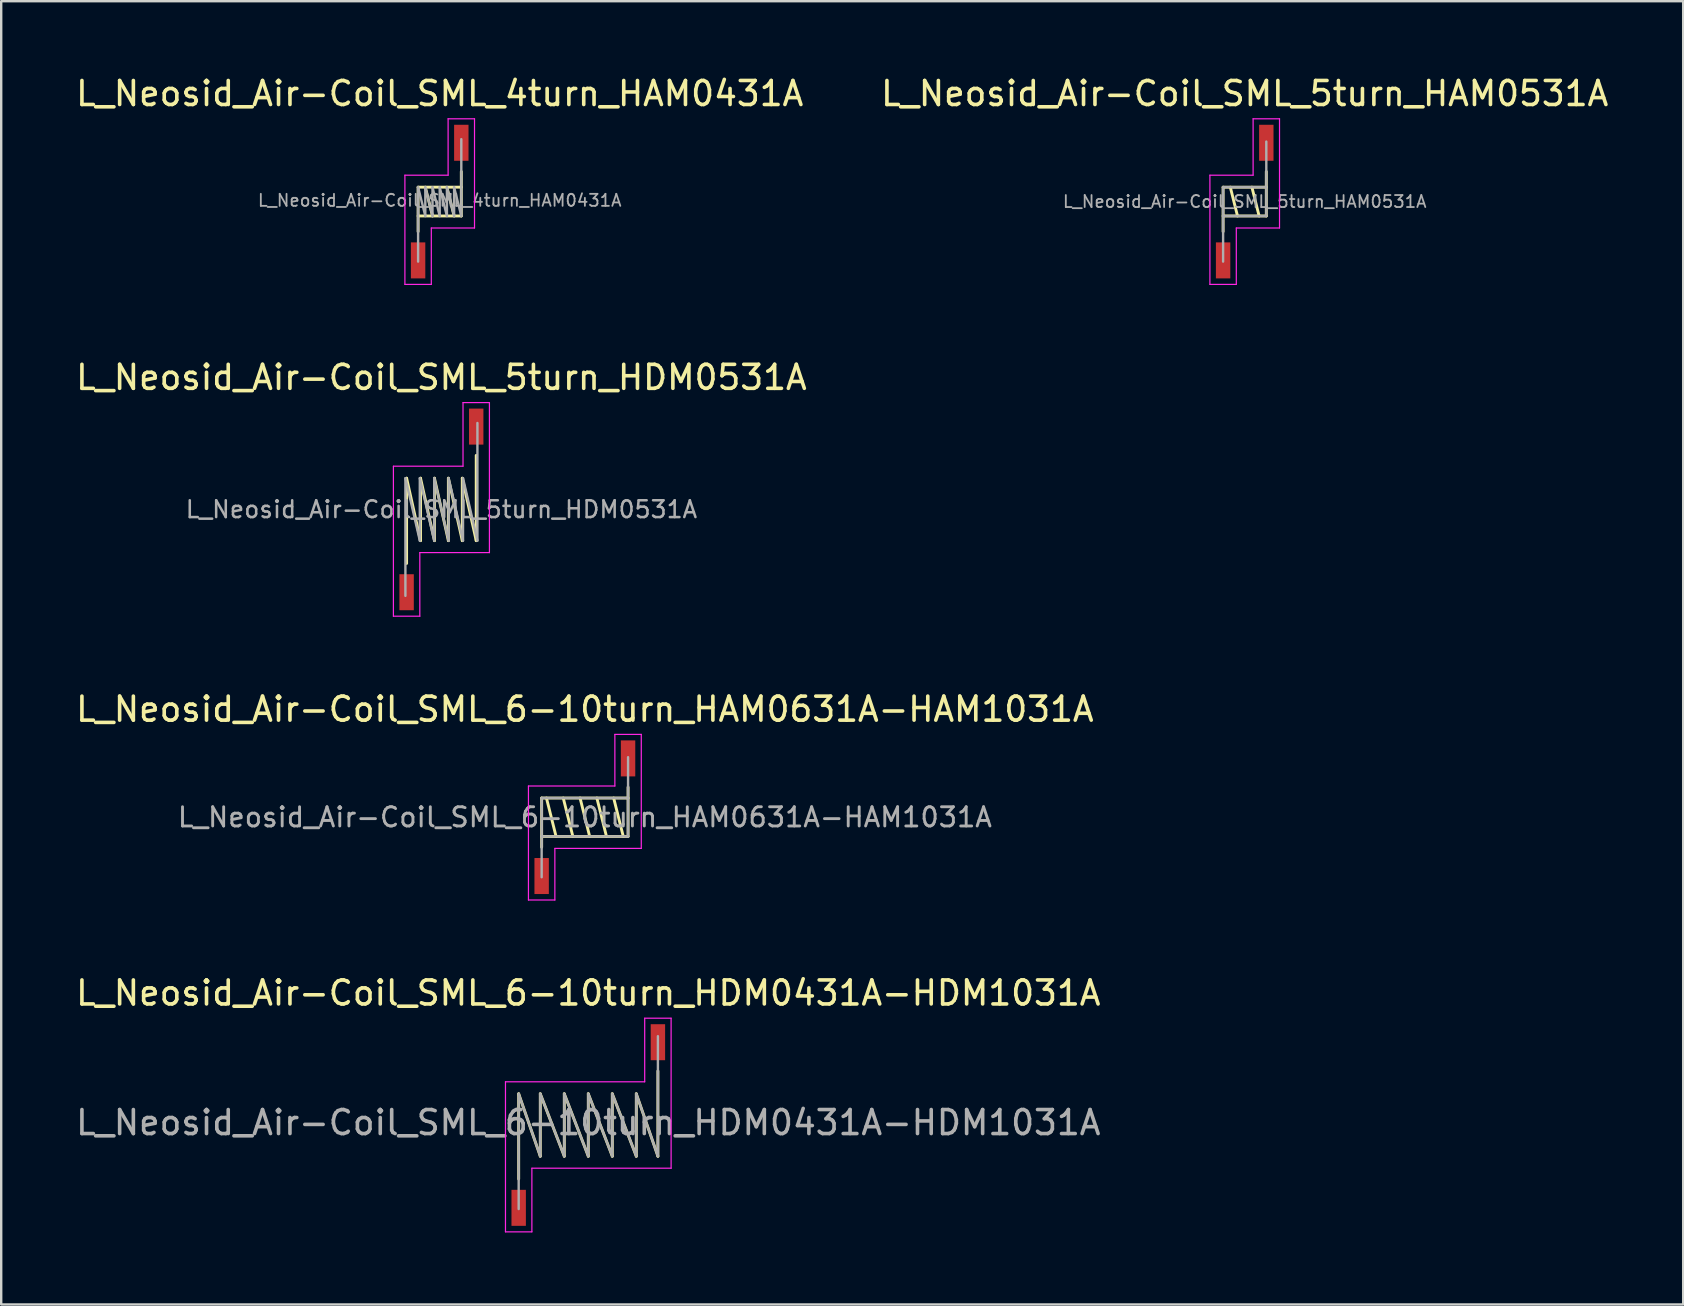
<source format=kicad_pcb>
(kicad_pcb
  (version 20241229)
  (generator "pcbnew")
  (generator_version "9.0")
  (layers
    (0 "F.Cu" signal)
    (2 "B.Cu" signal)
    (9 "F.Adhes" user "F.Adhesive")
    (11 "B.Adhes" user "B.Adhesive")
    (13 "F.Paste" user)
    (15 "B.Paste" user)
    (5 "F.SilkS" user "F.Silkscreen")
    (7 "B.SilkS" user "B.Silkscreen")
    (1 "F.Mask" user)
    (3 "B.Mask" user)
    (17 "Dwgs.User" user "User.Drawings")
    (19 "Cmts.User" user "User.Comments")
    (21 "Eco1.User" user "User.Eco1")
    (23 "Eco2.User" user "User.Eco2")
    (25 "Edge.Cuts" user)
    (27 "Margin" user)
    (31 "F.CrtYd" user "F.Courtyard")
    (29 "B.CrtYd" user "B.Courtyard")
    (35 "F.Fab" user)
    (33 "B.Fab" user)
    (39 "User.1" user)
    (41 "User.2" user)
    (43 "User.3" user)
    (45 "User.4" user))
  (footprint "L_Neosid_Air-Coil_SML_5turn_HAM0531A"
    (layer "F.Cu")
    (at 48.804 5.348)
    (property "Reference" "L_Neosid_Air-Coil_SML_5turn_HAM0531A" (at 0 -4.5 0) (layer "F.SilkS") (effects (font (size 1 1) (thickness 0.15))))
    (attr smd)
    (fp_line (start -0.9 -0.6) (end 0.9 -0.6) (stroke (width 0.12) (type solid)) (layer "F.SilkS"))
    (fp_line (start -0.9 1.25) (end -0.9 -0.6) (stroke (width 0.12) (type solid)) (layer "F.SilkS"))
    (fp_line (start -0.6 -0.6) (end -0.3 0.6) (stroke (width 0.12) (type solid)) (layer "F.SilkS"))
    (fp_line (start 0.3 -0.6) (end 0.6 0.6) (stroke (width 0.12) (type solid)) (layer "F.SilkS"))
    (fp_line (start 0.9 0.6) (end -0.9 0.6) (stroke (width 0.12) (type solid)) (layer "F.SilkS"))
    (fp_line (start 0.9 0.6) (end 0.9 -1.25) (stroke (width 0.12) (type solid)) (layer "F.SilkS"))
    (fp_line (start -1.45 -1.1) (end -1.45 3.45) (stroke (width 0.05) (type solid)) (layer "F.CrtYd"))
    (fp_line (start -1.45 3.45) (end -0.35 3.45) (stroke (width 0.05) (type solid)) (layer "F.CrtYd"))
    (fp_line (start -0.35 1.1) (end 1.45 1.1) (stroke (width 0.05) (type solid)) (layer "F.CrtYd"))
    (fp_line (start -0.35 3.45) (end -0.35 1.1) (stroke (width 0.05) (type solid)) (layer "F.CrtYd"))
    (fp_line (start 0.35 -3.45) (end 0.35 -1.1) (stroke (width 0.05) (type solid)) (layer "F.CrtYd"))
    (fp_line (start 0.35 -1.1) (end -1.45 -1.1) (stroke (width 0.05) (type solid)) (layer "F.CrtYd"))
    (fp_line (start 1.45 -3.45) (end 0.35 -3.45) (stroke (width 0.05) (type solid)) (layer "F.CrtYd"))
    (fp_line (start 1.45 1.1) (end 1.45 -3.45) (stroke (width 0.05) (type solid)) (layer "F.CrtYd"))
    (fp_line (start -0.9 -0.6) (end 0.9 -0.6) (stroke (width 0.1) (type solid)) (layer "F.Fab"))
    (fp_line (start -0.9 2.5) (end -0.9 -0.6) (stroke (width 0.1) (type solid)) (layer "F.Fab"))
    (fp_line (start 0.9 -2.5) (end 0.9 0.6) (stroke (width 0.1) (type solid)) (layer "F.Fab"))
    (fp_line (start 0.9 0.6) (end -0.9 0.6) (stroke (width 0.1) (type solid)) (layer "F.Fab"))
    (fp_text user "${REFERENCE}" (at 0 0 0) (layer "F.Fab") (effects (font (size 0.5 0.5) (thickness 0.075))))
    (pad "1" smd rect (at -0.9 2.45) (size 0.6 1.5) (layers "F.Cu" "F.Mask" "F.Paste"))
    (pad "2" smd rect (at 0.9 -2.45) (size 0.6 1.5) (layers "F.Cu" "F.Mask" "F.Paste")))
  (footprint "L_Neosid_Air-Coil_SML_4turn_HAM0431A"
    (layer "F.Cu")
    (at 15.268 5.348)
    (property "Reference" "L_Neosid_Air-Coil_SML_4turn_HAM0431A" (at 0 -4.5 0) (layer "F.SilkS") (effects (font (size 1 1) (thickness 0.15))))
    (attr smd)
    (fp_line (start -0.9 -0.6) (end 0.9 -0.6) (stroke (width 0.12) (type solid)) (layer "F.SilkS"))
    (fp_line (start -0.9 1.25) (end -0.9 -0.6) (stroke (width 0.12) (type solid)) (layer "F.SilkS"))
    (fp_line (start -0.6 -0.6) (end -0.3 0.6) (stroke (width 0.12) (type solid)) (layer "F.SilkS"))
    (fp_line (start 0.3 -0.6) (end 0.6 0.6) (stroke (width 0.12) (type solid)) (layer "F.SilkS"))
    (fp_line (start 0.9 0.6) (end -0.9 0.6) (stroke (width 0.12) (type solid)) (layer "F.SilkS"))
    (fp_line (start 0.9 0.6) (end 0.9 -1.25) (stroke (width 0.12) (type solid)) (layer "F.SilkS"))
    (fp_line (start -1.45 -1.1) (end -1.45 3.45) (stroke (width 0.05) (type solid)) (layer "F.CrtYd"))
    (fp_line (start -1.45 3.45) (end -0.35 3.45) (stroke (width 0.05) (type solid)) (layer "F.CrtYd"))
    (fp_line (start -0.35 1.1) (end 1.45 1.1) (stroke (width 0.05) (type solid)) (layer "F.CrtYd"))
    (fp_line (start -0.35 3.45) (end -0.35 1.1) (stroke (width 0.05) (type solid)) (layer "F.CrtYd"))
    (fp_line (start 0.35 -3.45) (end 0.35 -1.1) (stroke (width 0.05) (type solid)) (layer "F.CrtYd"))
    (fp_line (start 0.35 -1.1) (end -1.45 -1.1) (stroke (width 0.05) (type solid)) (layer "F.CrtYd"))
    (fp_line (start 1.45 -3.45) (end 0.35 -3.45) (stroke (width 0.05) (type solid)) (layer "F.CrtYd"))
    (fp_line (start 1.45 1.1) (end 1.45 -3.45) (stroke (width 0.05) (type solid)) (layer "F.CrtYd"))
    (fp_line (start -0.9 -0.6) (end -0.6 0.6) (stroke (width 0.1) (type solid)) (layer "F.Fab"))
    (fp_line (start -0.9 2.5) (end -0.9 -0.6) (stroke (width 0.1) (type solid)) (layer "F.Fab"))
    (fp_line (start -0.6 -0.6) (end -0.3 0.6) (stroke (width 0.1) (type solid)) (layer "F.Fab"))
    (fp_line (start -0.6 0.6) (end -0.6 -0.6) (stroke (width 0.1) (type solid)) (layer "F.Fab"))
    (fp_line (start -0.3 -0.6) (end 0 0.6) (stroke (width 0.1) (type solid)) (layer "F.Fab"))
    (fp_line (start -0.3 0.6) (end -0.3 -0.6) (stroke (width 0.1) (type solid)) (layer "F.Fab"))
    (fp_line (start 0 0.6) (end 0 -0.6) (stroke (width 0.1) (type solid)) (layer "F.Fab"))
    (fp_line (start 0.3 -0.6) (end 0.3 0.6) (stroke (width 0.1) (type solid)) (layer "F.Fab"))
    (fp_line (start 0.3 -0.6) (end 0.6 0.6) (stroke (width 0.1) (type solid)) (layer "F.Fab"))
    (fp_line (start 0.3 0.6) (end 0 -0.6) (stroke (width 0.1) (type solid)) (layer "F.Fab"))
    (fp_line (start 0.6 -0.6) (end 0.9 0.6) (stroke (width 0.1) (type solid)) (layer "F.Fab"))
    (fp_line (start 0.6 0.6) (end 0.6 -0.6) (stroke (width 0.1) (type solid)) (layer "F.Fab"))
    (fp_line (start 0.9 0.6) (end 0.9 -2.6) (stroke (width 0.1) (type solid)) (layer "F.Fab"))
    (fp_text user "${REFERENCE}" (at 0 -0.05 0) (layer "F.Fab") (effects (font (size 0.5 0.5) (thickness 0.075))))
    (pad "1" smd rect (at -0.9 2.45) (size 0.6 1.5) (layers "F.Cu" "F.Mask" "F.Paste"))
    (pad "2" smd rect (at 0.9 -2.45) (size 0.6 1.5) (layers "F.Cu" "F.Mask" "F.Paste")))
  (footprint "L_Neosid_Air-Coil_SML_6-10turn_HAM0631A-HAM1031A"
    (layer "F.Cu")
    (at 21.315 30.995)
    (property "Reference" "L_Neosid_Air-Coil_SML_6-10turn_HAM0631A-HAM1031A" (at 0 -4.5 0) (layer "F.SilkS") (effects (font (size 1 1) (thickness 0.15))))
    (attr smd)
    (fp_line (start -1.8 -0.8) (end -1.8 1.25) (stroke (width 0.12) (type solid)) (layer "F.SilkS"))
    (fp_line (start -1.8 -0.8) (end 1.8 -0.8) (stroke (width 0.12) (type solid)) (layer "F.SilkS"))
    (fp_line (start -1.6 -0.8) (end -1.2 0.8) (stroke (width 0.12) (type solid)) (layer "F.SilkS"))
    (fp_line (start -0.9 -0.8) (end -0.5 0.8) (stroke (width 0.12) (type solid)) (layer "F.SilkS"))
    (fp_line (start -0.2 -0.8) (end 0.2 0.8) (stroke (width 0.12) (type solid)) (layer "F.SilkS"))
    (fp_line (start 0.5 -0.8) (end 0.9 0.8) (stroke (width 0.12) (type solid)) (layer "F.SilkS"))
    (fp_line (start 1.2 -0.8) (end 1.6 0.8) (stroke (width 0.12) (type solid)) (layer "F.SilkS"))
    (fp_line (start 1.8 0.8) (end -1.8 0.8) (stroke (width 0.12) (type solid)) (layer "F.SilkS"))
    (fp_line (start 1.8 0.8) (end 1.8 -1.25) (stroke (width 0.12) (type solid)) (layer "F.SilkS"))
    (fp_line (start -2.35 -1.3) (end -2.35 3.45) (stroke (width 0.05) (type solid)) (layer "F.CrtYd"))
    (fp_line (start -2.35 3.45) (end -1.25 3.45) (stroke (width 0.05) (type solid)) (layer "F.CrtYd"))
    (fp_line (start -1.25 1.3) (end 2.35 1.3) (stroke (width 0.05) (type solid)) (layer "F.CrtYd"))
    (fp_line (start -1.25 3.45) (end -1.25 1.3) (stroke (width 0.05) (type solid)) (layer "F.CrtYd"))
    (fp_line (start 1.25 -3.45) (end 1.25 -1.3) (stroke (width 0.05) (type solid)) (layer "F.CrtYd"))
    (fp_line (start 1.25 -1.3) (end -2.35 -1.3) (stroke (width 0.05) (type solid)) (layer "F.CrtYd"))
    (fp_line (start 2.35 -3.45) (end 1.25 -3.45) (stroke (width 0.05) (type solid)) (layer "F.CrtYd"))
    (fp_line (start 2.35 1.3) (end 2.35 -3.45) (stroke (width 0.05) (type solid)) (layer "F.CrtYd"))
    (fp_line (start -1.8 -0.8) (end -1.8 2.5) (stroke (width 0.1) (type solid)) (layer "F.Fab"))
    (fp_line (start -1.8 -0.8) (end 1.8 -0.8) (stroke (width 0.1) (type solid)) (layer "F.Fab"))
    (fp_line (start 1.8 0.8) (end -1.8 0.8) (stroke (width 0.1) (type solid)) (layer "F.Fab"))
    (fp_line (start 1.8 0.8) (end 1.8 -2.5) (stroke (width 0.1) (type solid)) (layer "F.Fab"))
    (fp_text user "${REFERENCE}" (at 0 0 0) (layer "F.Fab") (effects (font (size 0.8 0.8) (thickness 0.12))))
    (pad "1" smd rect (at -1.8 2.45) (size 0.6 1.5) (layers "F.Cu" "F.Mask" "F.Paste"))
    (pad "2" smd rect (at 1.8 -2.45) (size 0.6 1.5) (layers "F.Cu" "F.Mask" "F.Paste")))
  (footprint "L_Neosid_Air-Coil_SML_5turn_HDM0531A"
    (layer "F.Cu")
    (at 15.339 18.172)
    (property "Reference" "L_Neosid_Air-Coil_SML_5turn_HDM0531A" (at 0 -5.5 0) (layer "F.SilkS") (effects (font (size 1 1) (thickness 0.15))))
    (attr smd)
    (fp_line (start -1.45 -1.3) (end -1.45 2.25) (stroke (width 0.12) (type solid)) (layer "F.SilkS"))
    (fp_line (start -1.45 -1.3) (end -0.87 1.3) (stroke (width 0.12) (type solid)) (layer "F.SilkS"))
    (fp_line (start -0.87 -1.3) (end -0.87 1.3) (stroke (width 0.12) (type solid)) (layer "F.SilkS"))
    (fp_line (start -0.87 -1.3) (end -0.29 1.3) (stroke (width 0.12) (type solid)) (layer "F.SilkS"))
    (fp_line (start -0.29 -1.3) (end -0.29 1.3) (stroke (width 0.12) (type solid)) (layer "F.SilkS"))
    (fp_line (start -0.29 -1.3) (end 0.29 1.3) (stroke (width 0.12) (type solid)) (layer "F.SilkS"))
    (fp_line (start 0.29 -1.3) (end 0.29 1.3) (stroke (width 0.12) (type solid)) (layer "F.SilkS"))
    (fp_line (start 0.29 -1.3) (end 0.87 1.3) (stroke (width 0.12) (type solid)) (layer "F.SilkS"))
    (fp_line (start 0.87 -1.3) (end 0.87 1.3) (stroke (width 0.12) (type solid)) (layer "F.SilkS"))
    (fp_line (start 0.87 -1.3) (end 1.45 1.3) (stroke (width 0.12) (type solid)) (layer "F.SilkS"))
    (fp_line (start 1.45 1.3) (end 1.45 -2.25) (stroke (width 0.12) (type solid)) (layer "F.SilkS"))
    (fp_line (start -2 -1.8) (end -2 4.45) (stroke (width 0.05) (type solid)) (layer "F.CrtYd"))
    (fp_line (start -2 4.45) (end -0.9 4.45) (stroke (width 0.05) (type solid)) (layer "F.CrtYd"))
    (fp_line (start -0.9 1.8) (end 2 1.8) (stroke (width 0.05) (type solid)) (layer "F.CrtYd"))
    (fp_line (start -0.9 4.45) (end -0.9 1.8) (stroke (width 0.05) (type solid)) (layer "F.CrtYd"))
    (fp_line (start 0.9 -4.45) (end 0.9 -1.8) (stroke (width 0.05) (type solid)) (layer "F.CrtYd"))
    (fp_line (start 0.9 -1.8) (end -2 -1.8) (stroke (width 0.05) (type solid)) (layer "F.CrtYd"))
    (fp_line (start 2 -4.45) (end 0.9 -4.45) (stroke (width 0.05) (type solid)) (layer "F.CrtYd"))
    (fp_line (start 2 1.8) (end 2 -4.45) (stroke (width 0.05) (type solid)) (layer "F.CrtYd"))
    (fp_line (start -1.5 -1.3) (end -0.9 1.3) (stroke (width 0.1) (type solid)) (layer "F.Fab"))
    (fp_line (start -1.5 3.6) (end -1.5 -1.3) (stroke (width 0.1) (type solid)) (layer "F.Fab"))
    (fp_line (start -0.9 -1.3) (end -0.3 1.3) (stroke (width 0.1) (type solid)) (layer "F.Fab"))
    (fp_line (start -0.9 1.3) (end -0.9 -1.3) (stroke (width 0.1) (type solid)) (layer "F.Fab"))
    (fp_line (start -0.3 -1.3) (end 0.3 1.3) (stroke (width 0.1) (type solid)) (layer "F.Fab"))
    (fp_line (start -0.3 1.3) (end -0.3 -1.3) (stroke (width 0.1) (type solid)) (layer "F.Fab"))
    (fp_line (start 0.3 -1.3) (end 0.9 1.3) (stroke (width 0.1) (type solid)) (layer "F.Fab"))
    (fp_line (start 0.3 1.3) (end 0.3 -1.3) (stroke (width 0.1) (type solid)) (layer "F.Fab"))
    (fp_line (start 0.9 -1.3) (end 1.5 1.3) (stroke (width 0.1) (type solid)) (layer "F.Fab"))
    (fp_line (start 0.9 1.3) (end 0.9 -1.3) (stroke (width 0.1) (type solid)) (layer "F.Fab"))
    (fp_line (start 1.5 1.3) (end 1.5 -3.6) (stroke (width 0.1) (type solid)) (layer "F.Fab"))
    (fp_text user "${REFERENCE}" (at 0 0 0) (layer "F.Fab") (effects (font (size 0.7 0.7) (thickness 0.105))))
    (pad "1" smd rect (at -1.45 3.45) (size 0.6 1.5) (layers "F.Cu" "F.Mask" "F.Paste"))
    (pad "2" smd rect (at 1.45 -3.45) (size 0.6 1.5) (layers "F.Cu" "F.Mask" "F.Paste")))
  (footprint "L_Neosid_Air-Coil_SML_6-10turn_HDM0431A-HDM1031A"
    (layer "F.Cu")
    (at 21.458 43.818)
    (property "Reference" "L_Neosid_Air-Coil_SML_6-10turn_HDM0431A-HDM1031A" (at 0 -5.5 0) (layer "F.SilkS") (effects (font (size 1 1) (thickness 0.15))))
    (attr smd)
    (fp_line (start -2.9 -1.3) (end -2.9 2.25) (stroke (width 0.12) (type solid)) (layer "F.SilkS"))
    (fp_line (start -2.9 -1.3) (end -2 1.3) (stroke (width 0.12) (type solid)) (layer "F.SilkS"))
    (fp_line (start -2 -1.3) (end -2 1.3) (stroke (width 0.12) (type solid)) (layer "F.SilkS"))
    (fp_line (start -2 -1.3) (end -1 1.3) (stroke (width 0.12) (type solid)) (layer "F.SilkS"))
    (fp_line (start -1 -1.3) (end -1 1.3) (stroke (width 0.12) (type solid)) (layer "F.SilkS"))
    (fp_line (start -1 -1.3) (end 0 1.3) (stroke (width 0.12) (type solid)) (layer "F.SilkS"))
    (fp_line (start 0 -1.3) (end 0 1.3) (stroke (width 0.12) (type solid)) (layer "F.SilkS"))
    (fp_line (start 0 -1.3) (end 1 1.3) (stroke (width 0.12) (type solid)) (layer "F.SilkS"))
    (fp_line (start 1 -1.3) (end 1 1.3) (stroke (width 0.12) (type solid)) (layer "F.SilkS"))
    (fp_line (start 1 -1.3) (end 2 1.3) (stroke (width 0.12) (type solid)) (layer "F.SilkS"))
    (fp_line (start 2 -1.3) (end 2 1.3) (stroke (width 0.12) (type solid)) (layer "F.SilkS"))
    (fp_line (start 2 -1.3) (end 2.9 1.3) (stroke (width 0.12) (type solid)) (layer "F.SilkS"))
    (fp_line (start 2.9 1.3) (end 2.9 -2.25) (stroke (width 0.12) (type solid)) (layer "F.SilkS"))
    (fp_line (start -3.45 -1.8) (end -3.45 4.45) (stroke (width 0.05) (type solid)) (layer "F.CrtYd"))
    (fp_line (start -3.45 4.45) (end -2.35 4.45) (stroke (width 0.05) (type solid)) (layer "F.CrtYd"))
    (fp_line (start -2.35 1.8) (end 3.45 1.8) (stroke (width 0.05) (type solid)) (layer "F.CrtYd"))
    (fp_line (start -2.35 4.45) (end -2.35 1.8) (stroke (width 0.05) (type solid)) (layer "F.CrtYd"))
    (fp_line (start 2.35 -4.45) (end 2.35 -1.8) (stroke (width 0.05) (type solid)) (layer "F.CrtYd"))
    (fp_line (start 2.35 -1.8) (end -3.45 -1.8) (stroke (width 0.05) (type solid)) (layer "F.CrtYd"))
    (fp_line (start 3.45 -4.45) (end 2.35 -4.45) (stroke (width 0.05) (type solid)) (layer "F.CrtYd"))
    (fp_line (start 3.45 1.8) (end 3.45 -4.45) (stroke (width 0.05) (type solid)) (layer "F.CrtYd"))
    (fp_line (start -2.9 -1.3) (end -2 1.3) (stroke (width 0.1) (type solid)) (layer "F.Fab"))
    (fp_line (start -2.9 3.5) (end -2.9 -1.3) (stroke (width 0.1) (type solid)) (layer "F.Fab"))
    (fp_line (start -2 -1.3) (end -1 1.3) (stroke (width 0.1) (type solid)) (layer "F.Fab"))
    (fp_line (start -2 1.3) (end -2 -1.3) (stroke (width 0.1) (type solid)) (layer "F.Fab"))
    (fp_line (start -1 -1.3) (end 0 1.3) (stroke (width 0.1) (type solid)) (layer "F.Fab"))
    (fp_line (start -1 1.3) (end -1 -1.3) (stroke (width 0.1) (type solid)) (layer "F.Fab"))
    (fp_line (start 0 -1.3) (end 1 1.3) (stroke (width 0.1) (type solid)) (layer "F.Fab"))
    (fp_line (start 0 1.3) (end 0 -1.3) (stroke (width 0.1) (type solid)) (layer "F.Fab"))
    (fp_line (start 1 -1.3) (end 2 1.3) (stroke (width 0.1) (type solid)) (layer "F.Fab"))
    (fp_line (start 1 1.3) (end 1 -1.3) (stroke (width 0.1) (type solid)) (layer "F.Fab"))
    (fp_line (start 2 -1.3) (end 2.9 1.3) (stroke (width 0.1) (type solid)) (layer "F.Fab"))
    (fp_line (start 2 1.3) (end 2 -1.3) (stroke (width 0.1) (type solid)) (layer "F.Fab"))
    (fp_line (start 2.9 1.3) (end 2.9 -3.7) (stroke (width 0.1) (type solid)) (layer "F.Fab"))
    (fp_text user "${REFERENCE}" (at 0 -0.1 0) (layer "F.Fab") (effects (font (size 1 1) (thickness 0.15))))
    (pad "1" smd rect (at -2.9 3.45) (size 0.6 1.5) (layers "F.Cu" "F.Mask" "F.Paste"))
    (pad "2" smd rect (at 2.9 -3.45) (size 0.6 1.5) (layers "F.Cu" "F.Mask" "F.Paste")))
  (gr_rect
    (start -3 -3)
    (end 67.071 51.293)
    (stroke (width 0.1) (type default))
    (fill no)
    (layer "Edge.Cuts")))
</source>
